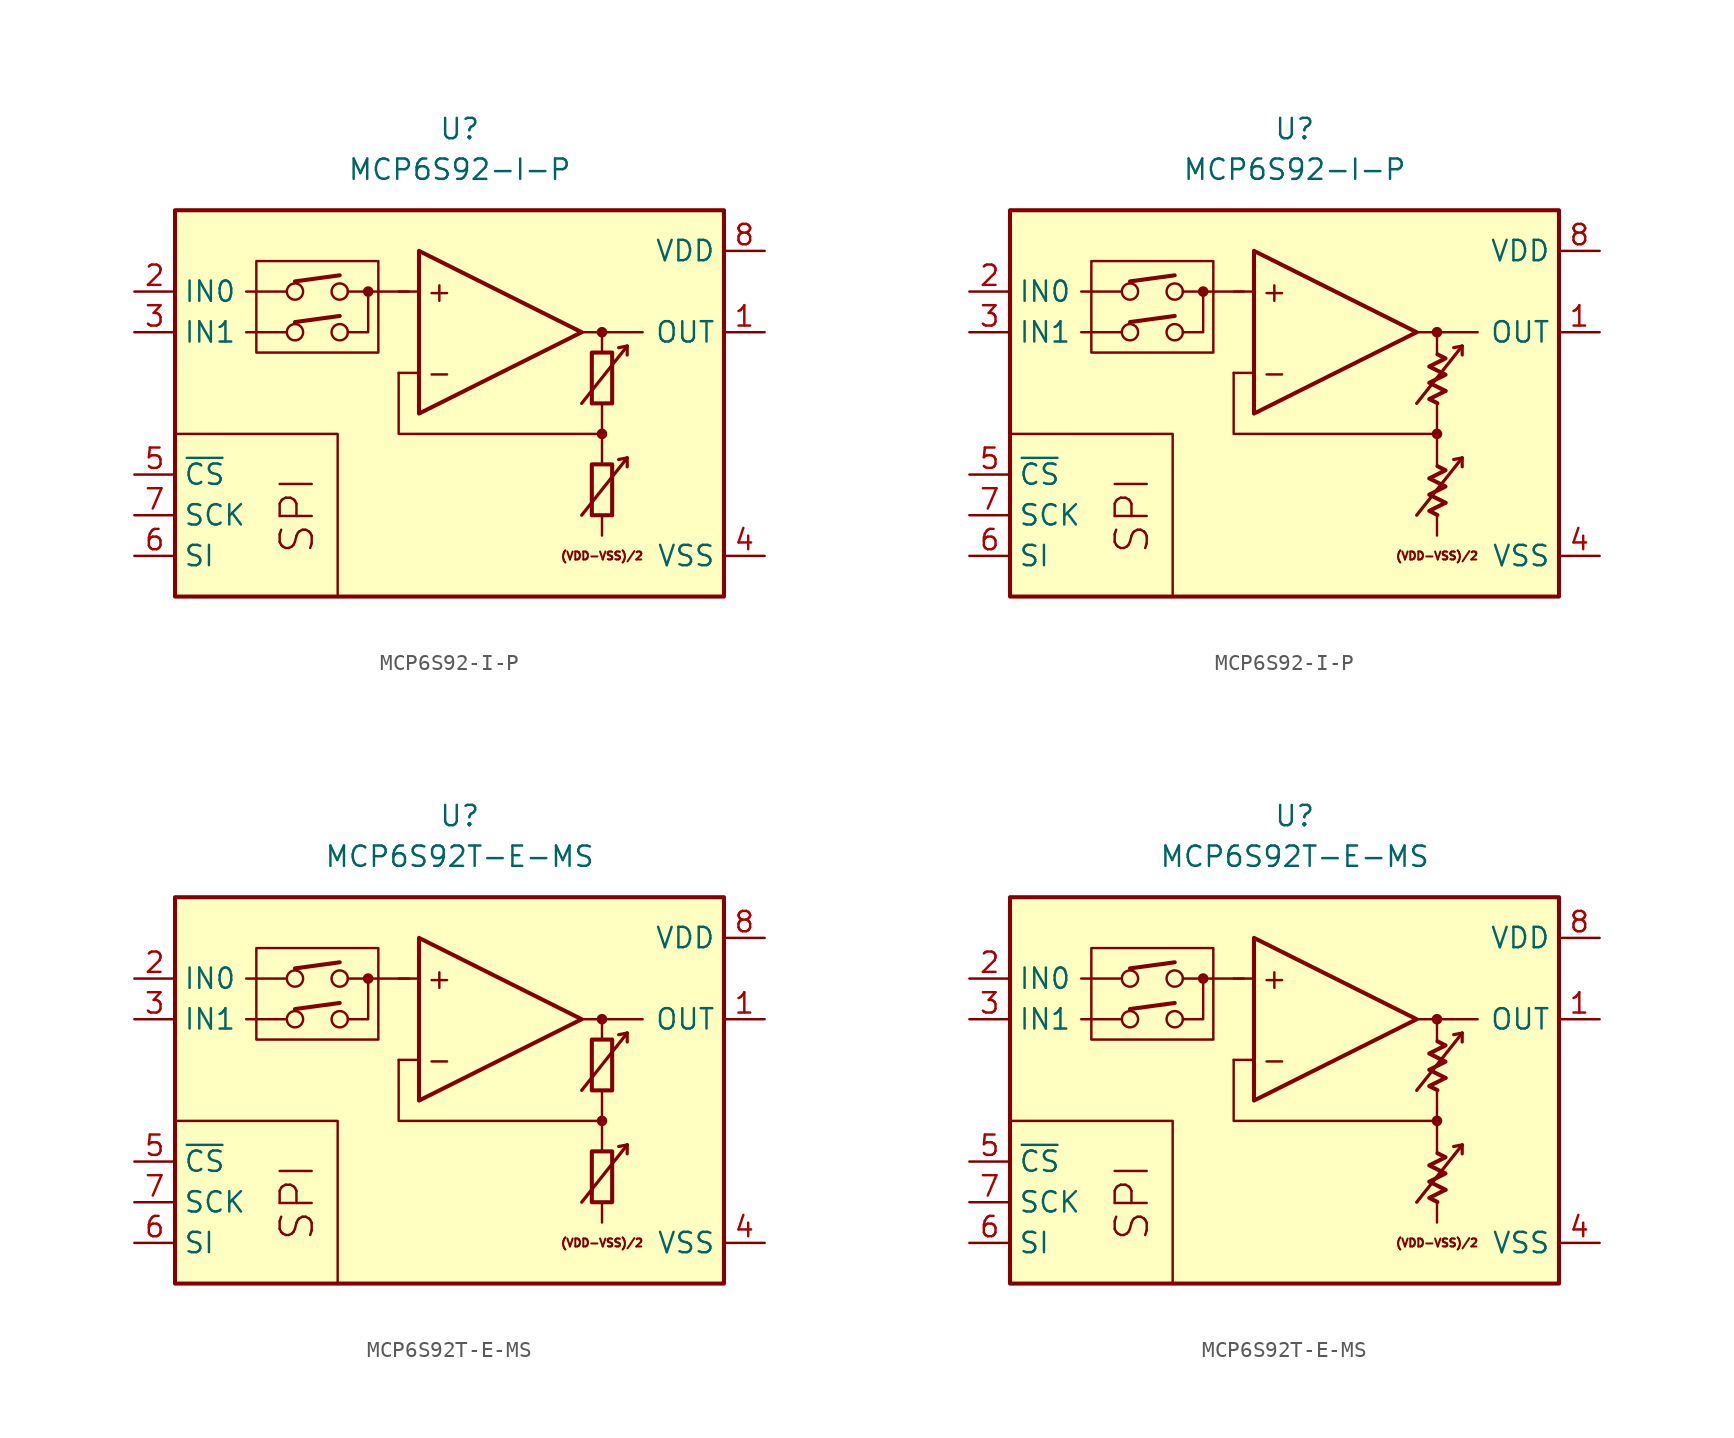
<source format=kicad_sym>
(kicad_symbol_lib
  (version 20231120)
  (generator "kicad_symbol_editor")
  (generator_version "8.0")
  (symbol "MCP6S92-I-P"
    (property "Reference" "U"
      (at 0 17.78 0)
      (effects (font (size 1.27 1.27))))
    (property "Value" "MCP6S92-I-P"
      (at 0 15.24 0)
      (effects (font (size 1.27 1.27))))
    (symbol "MCP6S92-I-P_0_0"
      (rectangle (start -17.78 12.7) (end 16.51 -11.43) (stroke (width 0.254) (type default)) (fill (type background)))
      (rectangle (start -12.7 9.525) (end -5.08 3.81) (stroke (width 0.152) (type default)) (fill (type none)))
      (circle (center -10.287 5.08) (radius 0.508) (stroke (width 0) (type default)) (fill (type none)))
      (circle (center -10.287 7.62) (radius 0.508) (stroke (width 0) (type default)) (fill (type none)))
      (circle (center -7.493 5.08) (radius 0.508) (stroke (width 0) (type default)) (fill (type none)))
      (circle (center -7.493 7.62) (radius 0.508) (stroke (width 0) (type default)) (fill (type none)))
      (circle (center -5.715 7.62) (radius 0.254) (stroke (width 0.152) (type default)) (fill (type outline)))
      (polyline (pts (xy 8.89 -3.81)) (stroke (width 0.152) (type default)) (fill (type none)))
      (polyline (pts (xy 8.89 -3.81)) (stroke (width 0.152) (type default)) (fill (type none)))
      (polyline (pts (xy 8.89 -3.175)) (stroke (width 0.152) (type default)) (fill (type none)))
      (polyline (pts (xy 8.89 3.175)) (stroke (width 0.152) (type default)) (fill (type none)))
      (polyline (pts (xy 8.89 3.81)) (stroke (width 0.152) (type default)) (fill (type none)))
      (polyline (pts (xy 8.89 3.81)) (stroke (width 0.152) (type default)) (fill (type none)))
      (polyline (pts (xy -10.795 5.08) (xy -13.335 5.08)) (stroke (width 0.152) (type default)) (fill (type none)))
      (polyline (pts (xy -10.795 7.62) (xy -13.335 7.62)) (stroke (width 0.152) (type default)) (fill (type none)))
      (polyline (pts (xy -10.287 5.715) (xy -7.493 6.096)) (stroke (width 0.254) (type default)) (fill (type none)))
      (polyline (pts (xy -10.287 8.255) (xy -7.493 8.636)) (stroke (width 0.254) (type default)) (fill (type none)))
      (polyline (pts (xy -3.175 7.62) (xy -6.985 7.62)) (stroke (width 0.152) (type default)) (fill (type none)))
      (polyline (pts (xy -2.54 2.54) (xy -3.81 2.54)) (stroke (width 0.152) (type default)) (fill (type none)))
      (polyline (pts (xy -2.54 7.62) (xy -3.81 7.62)) (stroke (width 0.152) (type default)) (fill (type none)))
      (polyline (pts (xy 7.62 5.08) (xy 11.43 5.08)) (stroke (width 0.152) (type default)) (fill (type none)))
      (polyline (pts (xy 8.89 -6.35) (xy 8.89 -7.62)) (stroke (width 0.152) (type default)) (fill (type none)))
      (polyline (pts (xy 8.89 -1.27) (xy 8.89 -3.175)) (stroke (width 0.152) (type default)) (fill (type none)))
      (polyline (pts (xy 8.89 0.635) (xy 8.89 -1.27)) (stroke (width 0.152) (type default)) (fill (type none)))
      (polyline (pts (xy 8.89 5.08) (xy 8.89 3.81)) (stroke (width 0.152) (type default)) (fill (type none)))
      (polyline (pts (xy -7.62 -11.43) (xy -7.62 -1.27) (xy -17.78 -1.27)) (stroke (width 0.152) (type default)) (fill (type none)))
      (polyline (pts (xy -6.985 5.08) (xy -5.715 5.08) (xy -5.715 7.62)) (stroke (width 0.152) (type default)) (fill (type none)))
      (polyline (pts (xy 8.89 -1.27) (xy -3.81 -1.27) (xy -3.81 2.54)) (stroke (width 0.152) (type default)) (fill (type none)))
      (circle (center 8.89 -1.27) (radius 0.254) (stroke (width 0.152) (type default)) (fill (type outline)))
      (circle (center 8.89 5.08) (radius 0.254) (stroke (width 0.152) (type default)) (fill (type outline)))
      (text "(VDD-VSS)/2" (at 8.89 -8.89 0) (effects (font (size 0.5 0.5))))
      (text "+" (at -1.27 7.62 0) (effects (font (size 1.27 1.27))))
      (text "-" (at -1.27 2.54 0) (effects (font (size 1.27 1.27))))
      (text "SPI" (at -10.16 -6.35 900) (effects (font (size 2 2)))))
    (symbol "MCP6S92-I-P_0_1"
      (rectangle (start 8.255 -3.175) (end 9.525 -6.35) (stroke (width 0.254) (type default)) (fill (type none)))
      (rectangle (start 8.255 3.81) (end 9.525 0.635) (stroke (width 0.254) (type default)) (fill (type none))))
    (symbol "MCP6S92-I-P_0_2"
      (polyline (pts (xy 9.422 -5.572) (xy 8.406 -6.08) (xy 8.915 -6.333)) (stroke (width 0.254) (type default)) (fill (type none)))
      (polyline (pts (xy 9.422 1.413) (xy 8.406 0.905) (xy 8.915 0.651)) (stroke (width 0.254) (type default)) (fill (type none)))
      (polyline (pts (xy 8.915 -3.285) (xy 9.422 -3.539) (xy 8.406 -4.048) (xy 9.422 -4.556) (xy 8.406 -5.064) (xy 9.422 -5.572)) (stroke (width 0.254) (type default)) (fill (type none)))
      (polyline (pts (xy 8.915 3.7) (xy 9.422 3.446) (xy 8.406 2.938) (xy 9.422 2.429) (xy 8.406 1.921) (xy 9.422 1.413)) (stroke (width 0.254) (type default)) (fill (type none))))
    (symbol "MCP6S92-I-P_1_0"
      (polyline (pts (xy 10.465 -2.769) (xy 9.931 -2.87)) (stroke (width 0.2) (type default)) (fill (type none)))
      (polyline (pts (xy 10.465 -2.769) (xy 10.465 -3.327)) (stroke (width 0.2) (type default)) (fill (type none)))
      (polyline (pts (xy 10.465 4.216) (xy 9.931 4.115)) (stroke (width 0.2) (type default)) (fill (type none)))
      (polyline (pts (xy 10.465 4.216) (xy 10.465 3.658)) (stroke (width 0.2) (type default)) (fill (type none)))
      (polyline (pts (xy -2.54 10.16) (xy -2.54 0) (xy 7.62 5.08) (xy -2.54 10.16)) (stroke (width 0.254) (type default)) (fill (type background)))
      (polyline (pts (xy 7.62 -6.35) (xy 10.465 -2.769) (xy 10.465 -2.769) (xy 10.465 -2.769)) (stroke (width 0.2) (type default)) (fill (type none)))
      (polyline (pts (xy 7.62 0.635) (xy 10.465 4.216) (xy 10.465 4.216) (xy 10.465 4.216)) (stroke (width 0.2) (type default)) (fill (type none))))
    (symbol "MCP6S92-I-P_1_1"
      (pin output line (at 19.05 5.08 180) (length 2.54) (name "OUT" (effects (font (size 1.27 1.27)))) (number "1" (effects (font (size 1.27 1.27)))))
      (pin input line (at -20.32 7.62 0) (length 2.54) (name "IN0" (effects (font (size 1.27 1.27)))) (number "2" (effects (font (size 1.27 1.27)))))
      (pin input line (at -20.32 5.08 0) (length 2.54) (name "IN1" (effects (font (size 1.27 1.27)))) (number "3" (effects (font (size 1.27 1.27)))))
      (pin power_in line (at 19.05 -8.89 180) (length 2.54) (name "VSS" (effects (font (size 1.27 1.27)))) (number "4" (effects (font (size 1.27 1.27)))))
      (pin input line (at -20.32 -3.81 0) (length 2.54) (name "~{CS}" (effects (font (size 1.27 1.27)))) (number "5" (effects (font (size 1.27 1.27)))))
      (pin input line (at -20.32 -8.89 0) (length 2.54) (name "SI" (effects (font (size 1.27 1.27)))) (number "6" (effects (font (size 1.27 1.27)))))
      (pin input line (at -20.32 -6.35 0) (length 2.54) (name "SCK" (effects (font (size 1.27 1.27)))) (number "7" (effects (font (size 1.27 1.27)))))
      (pin power_in line (at 19.05 10.16 180) (length 2.54) (name "VDD" (effects (font (size 1.27 1.27)))) (number "8" (effects (font (size 1.27 1.27))))))
    (symbol "MCP6S92-I-P_1_2"
      (pin output line (at 19.05 5.08 180) (length 2.54) (name "OUT" (effects (font (size 1.27 1.27)))) (number "1" (effects (font (size 1.27 1.27)))))
      (pin input line (at -20.32 7.62 0) (length 2.54) (name "IN0" (effects (font (size 1.27 1.27)))) (number "2" (effects (font (size 1.27 1.27)))))
      (pin input line (at -20.32 5.08 0) (length 2.54) (name "IN1" (effects (font (size 1.27 1.27)))) (number "3" (effects (font (size 1.27 1.27)))))
      (pin power_in line (at 19.05 -8.89 180) (length 2.54) (name "VSS" (effects (font (size 1.27 1.27)))) (number "4" (effects (font (size 1.27 1.27)))))
      (pin input line (at -20.32 -3.81 0) (length 2.54) (name "~{CS}" (effects (font (size 1.27 1.27)))) (number "5" (effects (font (size 1.27 1.27)))))
      (pin input line (at -20.32 -8.89 0) (length 2.54) (name "SI" (effects (font (size 1.27 1.27)))) (number "6" (effects (font (size 1.27 1.27)))))
      (pin input line (at -20.32 -6.35 0) (length 2.54) (name "SCK" (effects (font (size 1.27 1.27)))) (number "7" (effects (font (size 1.27 1.27)))))
      (pin power_in line (at 19.05 10.16 180) (length 2.54) (name "VDD" (effects (font (size 1.27 1.27)))) (number "8" (effects (font (size 1.27 1.27)))))))
  (symbol "MCP6S92T-E-MS"
    (property "Reference" "U"
      (at 0 17.78 0)
      (effects (font (size 1.27 1.27))))
    (property "Value" "MCP6S92T-E-MS"
      (at 0 15.24 0)
      (effects (font (size 1.27 1.27))))
    (symbol "MCP6S92T-E-MS_0_0"
      (rectangle (start -17.78 12.7) (end 16.51 -11.43) (stroke (width 0.254) (type default)) (fill (type background)))
      (rectangle (start -12.7 9.525) (end -5.08 3.81) (stroke (width 0.152) (type default)) (fill (type none)))
      (circle (center -10.287 5.08) (radius 0.508) (stroke (width 0) (type default)) (fill (type none)))
      (circle (center -10.287 7.62) (radius 0.508) (stroke (width 0) (type default)) (fill (type none)))
      (circle (center -7.493 5.08) (radius 0.508) (stroke (width 0) (type default)) (fill (type none)))
      (circle (center -7.493 7.62) (radius 0.508) (stroke (width 0) (type default)) (fill (type none)))
      (circle (center -5.715 7.62) (radius 0.254) (stroke (width 0.152) (type default)) (fill (type outline)))
      (polyline (pts (xy 8.89 -3.81)) (stroke (width 0.152) (type default)) (fill (type none)))
      (polyline (pts (xy 8.89 -3.81)) (stroke (width 0.152) (type default)) (fill (type none)))
      (polyline (pts (xy 8.89 -3.175)) (stroke (width 0.152) (type default)) (fill (type none)))
      (polyline (pts (xy 8.89 3.175)) (stroke (width 0.152) (type default)) (fill (type none)))
      (polyline (pts (xy 8.89 3.81)) (stroke (width 0.152) (type default)) (fill (type none)))
      (polyline (pts (xy 8.89 3.81)) (stroke (width 0.152) (type default)) (fill (type none)))
      (polyline (pts (xy -10.795 5.08) (xy -13.335 5.08)) (stroke (width 0.152) (type default)) (fill (type none)))
      (polyline (pts (xy -10.795 7.62) (xy -13.335 7.62)) (stroke (width 0.152) (type default)) (fill (type none)))
      (polyline (pts (xy -10.287 5.715) (xy -7.493 6.096)) (stroke (width 0.254) (type default)) (fill (type none)))
      (polyline (pts (xy -10.287 8.255) (xy -7.493 8.636)) (stroke (width 0.254) (type default)) (fill (type none)))
      (polyline (pts (xy -3.175 7.62) (xy -6.985 7.62)) (stroke (width 0.152) (type default)) (fill (type none)))
      (polyline (pts (xy -2.54 2.54) (xy -3.81 2.54)) (stroke (width 0.152) (type default)) (fill (type none)))
      (polyline (pts (xy -2.54 7.62) (xy -3.81 7.62)) (stroke (width 0.152) (type default)) (fill (type none)))
      (polyline (pts (xy 7.62 5.08) (xy 11.43 5.08)) (stroke (width 0.152) (type default)) (fill (type none)))
      (polyline (pts (xy 8.89 -6.35) (xy 8.89 -7.62)) (stroke (width 0.152) (type default)) (fill (type none)))
      (polyline (pts (xy 8.89 -1.27) (xy 8.89 -3.175)) (stroke (width 0.152) (type default)) (fill (type none)))
      (polyline (pts (xy 8.89 0.635) (xy 8.89 -1.27)) (stroke (width 0.152) (type default)) (fill (type none)))
      (polyline (pts (xy 8.89 5.08) (xy 8.89 3.81)) (stroke (width 0.152) (type default)) (fill (type none)))
      (polyline (pts (xy -7.62 -11.43) (xy -7.62 -1.27) (xy -17.78 -1.27)) (stroke (width 0.152) (type default)) (fill (type none)))
      (polyline (pts (xy -6.985 5.08) (xy -5.715 5.08) (xy -5.715 7.62)) (stroke (width 0.152) (type default)) (fill (type none)))
      (polyline (pts (xy 8.89 -1.27) (xy -3.81 -1.27) (xy -3.81 2.54)) (stroke (width 0.152) (type default)) (fill (type none)))
      (circle (center 8.89 -1.27) (radius 0.254) (stroke (width 0.152) (type default)) (fill (type outline)))
      (circle (center 8.89 5.08) (radius 0.254) (stroke (width 0.152) (type default)) (fill (type outline)))
      (text "(VDD-VSS)/2" (at 8.89 -8.89 0) (effects (font (size 0.5 0.5))))
      (text "+" (at -1.27 7.62 0) (effects (font (size 1.27 1.27))))
      (text "-" (at -1.27 2.54 0) (effects (font (size 1.27 1.27))))
      (text "SPI" (at -10.16 -6.35 900) (effects (font (size 2 2)))))
    (symbol "MCP6S92T-E-MS_0_1"
      (rectangle (start 8.255 -3.175) (end 9.525 -6.35) (stroke (width 0.254) (type default)) (fill (type none)))
      (rectangle (start 8.255 3.81) (end 9.525 0.635) (stroke (width 0.254) (type default)) (fill (type none))))
    (symbol "MCP6S92T-E-MS_0_2"
      (polyline (pts (xy 9.422 -5.572) (xy 8.406 -6.08) (xy 8.915 -6.333)) (stroke (width 0.254) (type default)) (fill (type none)))
      (polyline (pts (xy 9.422 1.413) (xy 8.406 0.905) (xy 8.915 0.651)) (stroke (width 0.254) (type default)) (fill (type none)))
      (polyline (pts (xy 8.915 -3.285) (xy 9.422 -3.539) (xy 8.406 -4.048) (xy 9.422 -4.556) (xy 8.406 -5.064) (xy 9.422 -5.572)) (stroke (width 0.254) (type default)) (fill (type none)))
      (polyline (pts (xy 8.915 3.7) (xy 9.422 3.446) (xy 8.406 2.938) (xy 9.422 2.429) (xy 8.406 1.921) (xy 9.422 1.413)) (stroke (width 0.254) (type default)) (fill (type none))))
    (symbol "MCP6S92T-E-MS_1_0"
      (polyline (pts (xy 10.465 -2.769) (xy 9.931 -2.87)) (stroke (width 0.2) (type default)) (fill (type none)))
      (polyline (pts (xy 10.465 -2.769) (xy 10.465 -3.327)) (stroke (width 0.2) (type default)) (fill (type none)))
      (polyline (pts (xy 10.465 4.216) (xy 9.931 4.115)) (stroke (width 0.2) (type default)) (fill (type none)))
      (polyline (pts (xy 10.465 4.216) (xy 10.465 3.658)) (stroke (width 0.2) (type default)) (fill (type none)))
      (polyline (pts (xy -2.54 10.16) (xy -2.54 0) (xy 7.62 5.08) (xy -2.54 10.16)) (stroke (width 0.254) (type default)) (fill (type background)))
      (polyline (pts (xy 7.62 -6.35) (xy 10.465 -2.769) (xy 10.465 -2.769) (xy 10.465 -2.769)) (stroke (width 0.2) (type default)) (fill (type none)))
      (polyline (pts (xy 7.62 0.635) (xy 10.465 4.216) (xy 10.465 4.216) (xy 10.465 4.216)) (stroke (width 0.2) (type default)) (fill (type none))))
    (symbol "MCP6S92T-E-MS_1_1"
      (pin output line (at 19.05 5.08 180) (length 2.54) (name "OUT" (effects (font (size 1.27 1.27)))) (number "1" (effects (font (size 1.27 1.27)))))
      (pin input line (at -20.32 7.62 0) (length 2.54) (name "IN0" (effects (font (size 1.27 1.27)))) (number "2" (effects (font (size 1.27 1.27)))))
      (pin input line (at -20.32 5.08 0) (length 2.54) (name "IN1" (effects (font (size 1.27 1.27)))) (number "3" (effects (font (size 1.27 1.27)))))
      (pin power_in line (at 19.05 -8.89 180) (length 2.54) (name "VSS" (effects (font (size 1.27 1.27)))) (number "4" (effects (font (size 1.27 1.27)))))
      (pin input line (at -20.32 -3.81 0) (length 2.54) (name "~{CS}" (effects (font (size 1.27 1.27)))) (number "5" (effects (font (size 1.27 1.27)))))
      (pin input line (at -20.32 -8.89 0) (length 2.54) (name "SI" (effects (font (size 1.27 1.27)))) (number "6" (effects (font (size 1.27 1.27)))))
      (pin input line (at -20.32 -6.35 0) (length 2.54) (name "SCK" (effects (font (size 1.27 1.27)))) (number "7" (effects (font (size 1.27 1.27)))))
      (pin power_in line (at 19.05 10.16 180) (length 2.54) (name "VDD" (effects (font (size 1.27 1.27)))) (number "8" (effects (font (size 1.27 1.27))))))
    (symbol "MCP6S92T-E-MS_1_2"
      (pin output line (at 19.05 5.08 180) (length 2.54) (name "OUT" (effects (font (size 1.27 1.27)))) (number "1" (effects (font (size 1.27 1.27)))))
      (pin input line (at -20.32 7.62 0) (length 2.54) (name "IN0" (effects (font (size 1.27 1.27)))) (number "2" (effects (font (size 1.27 1.27)))))
      (pin input line (at -20.32 5.08 0) (length 2.54) (name "IN1" (effects (font (size 1.27 1.27)))) (number "3" (effects (font (size 1.27 1.27)))))
      (pin power_in line (at 19.05 -8.89 180) (length 2.54) (name "VSS" (effects (font (size 1.27 1.27)))) (number "4" (effects (font (size 1.27 1.27)))))
      (pin input line (at -20.32 -3.81 0) (length 2.54) (name "~{CS}" (effects (font (size 1.27 1.27)))) (number "5" (effects (font (size 1.27 1.27)))))
      (pin input line (at -20.32 -8.89 0) (length 2.54) (name "SI" (effects (font (size 1.27 1.27)))) (number "6" (effects (font (size 1.27 1.27)))))
      (pin input line (at -20.32 -6.35 0) (length 2.54) (name "SCK" (effects (font (size 1.27 1.27)))) (number "7" (effects (font (size 1.27 1.27)))))
      (pin power_in line (at 19.05 10.16 180) (length 2.54) (name "VDD" (effects (font (size 1.27 1.27)))) (number "8" (effects (font (size 1.27 1.27))))))))
</source>
